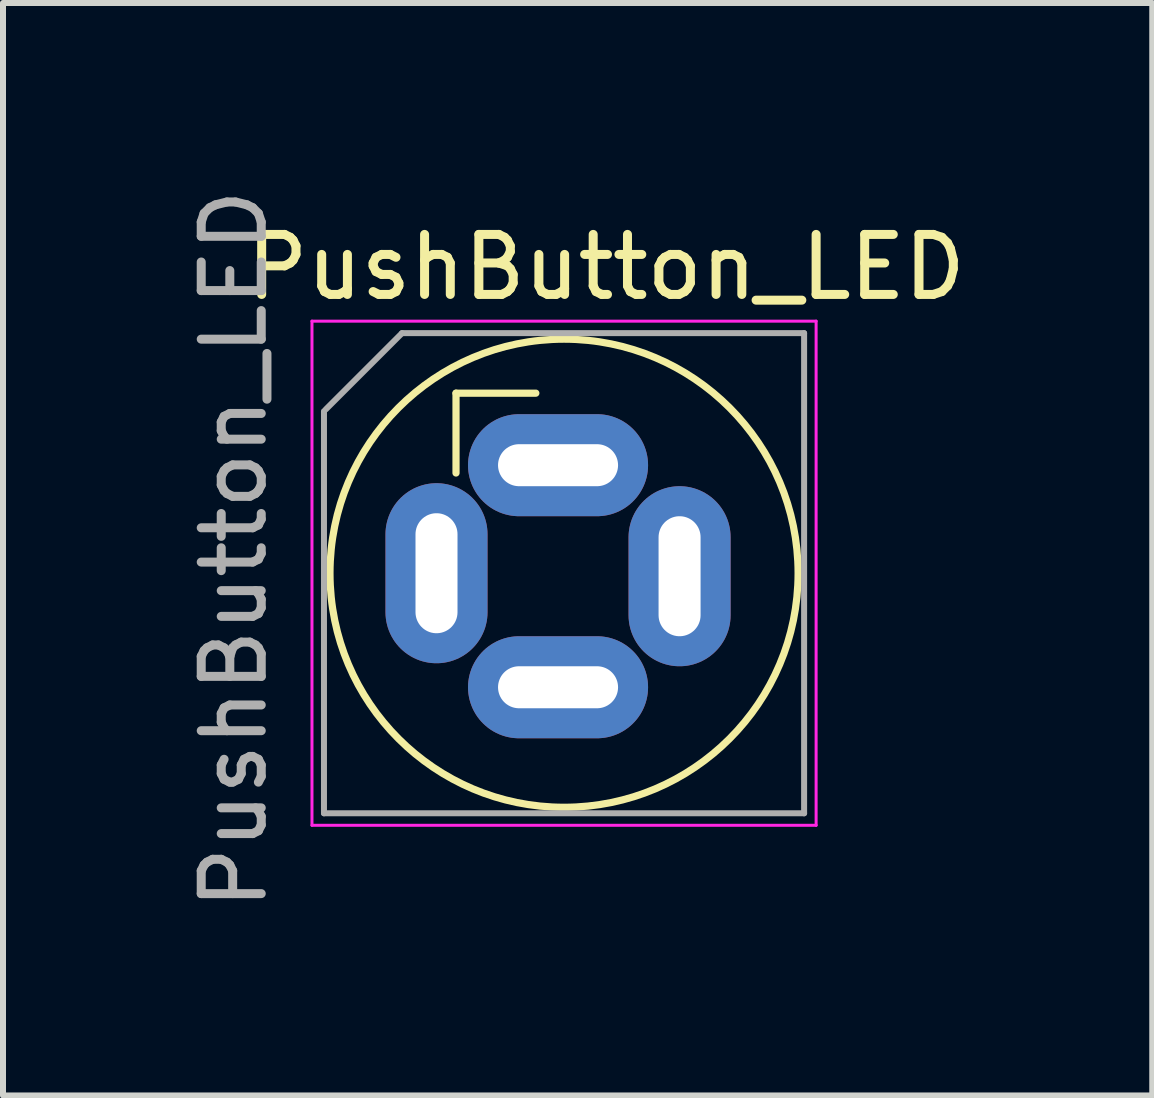
<source format=kicad_pcb>
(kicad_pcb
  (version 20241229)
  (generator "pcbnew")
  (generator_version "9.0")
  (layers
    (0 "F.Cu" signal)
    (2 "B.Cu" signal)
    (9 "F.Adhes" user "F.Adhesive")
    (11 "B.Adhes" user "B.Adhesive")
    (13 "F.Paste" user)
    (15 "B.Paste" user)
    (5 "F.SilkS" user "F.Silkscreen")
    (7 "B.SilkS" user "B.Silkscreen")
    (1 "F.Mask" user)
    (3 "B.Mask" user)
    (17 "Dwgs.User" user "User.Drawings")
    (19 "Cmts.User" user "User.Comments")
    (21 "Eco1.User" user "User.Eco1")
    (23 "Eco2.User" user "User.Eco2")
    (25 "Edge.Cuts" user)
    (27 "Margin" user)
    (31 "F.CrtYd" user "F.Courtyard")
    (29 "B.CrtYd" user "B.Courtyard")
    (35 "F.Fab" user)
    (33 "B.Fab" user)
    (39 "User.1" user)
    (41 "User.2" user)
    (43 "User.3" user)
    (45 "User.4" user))
  (footprint "PushButton_LED"
    (layer "F.Cu")
    (at 6.248 4.701)
    (property "Reference" "PushButton_LED" (at 0.8 -3.3 0) (layer "F.SilkS") (effects (font (size 1 1) (thickness 0.15))))
    (attr through_hole)
    (fp_line (start -1.7 -1.2) (end -0.37 -1.2) (stroke (width 0.12) (type solid)) (layer "F.SilkS"))
    (fp_line (start -1.7 0.13) (end -1.7 -1.2) (stroke (width 0.12) (type solid)) (layer "F.SilkS"))
    (fp_circle (center 0.1 1.8) (end 4 1.8) (stroke (width 0.12) (type solid)) (fill no) (layer "F.SilkS"))
    (fp_line (start -4.1 -2.4) (end -4.1 6) (stroke (width 0.05) (type solid)) (layer "F.CrtYd"))
    (fp_line (start -4.1 6) (end 4.3 6) (stroke (width 0.05) (type solid)) (layer "F.CrtYd"))
    (fp_line (start 4.3 -2.4) (end -4.1 -2.4) (stroke (width 0.05) (type solid)) (layer "F.CrtYd"))
    (fp_line (start 4.3 6) (end 4.3 -2.4) (stroke (width 0.05) (type solid)) (layer "F.CrtYd"))
    (fp_line (start -3.9 5.8) (end -3.9 -0.9) (stroke (width 0.1) (type solid)) (layer "F.Fab"))
    (fp_line (start -3.87 -0.93) (end -2.6 -2.2) (stroke (width 0.1) (type solid)) (layer "F.Fab"))
    (fp_line (start -2.6 -2.2) (end 4.1 -2.2) (stroke (width 0.1) (type solid)) (layer "F.Fab"))
    (fp_line (start 4.1 -2.2) (end 4.1 5.8) (stroke (width 0.1) (type solid)) (layer "F.Fab"))
    (fp_line (start 4.1 5.8) (end -3.9 5.8) (stroke (width 0.1) (type solid)) (layer "F.Fab"))
    (fp_text user "${REFERENCE}" (at -5.4 1.4 90) (layer "F.Fab") (effects (font (size 1 1) (thickness 0.15))))
    (pad "1" thru_hole oval (at 0 0) (size 3 1.7) (drill oval 2 0.7) (layers "*.Cu" "*.Mask"))
    (pad "2" thru_hole oval (at 0 3.7) (size 3 1.7) (drill oval 2 0.7) (layers "*.Cu" "*.Mask"))
    (pad "3" thru_hole oval (at -2.025 1.8) (size 1.7 3) (drill oval 0.7 2) (layers "*.Cu" "*.Mask"))
    (pad "4" thru_hole oval (at 2.025 1.85) (size 1.7 3) (drill oval 0.7 2) (layers "*.Cu" "*.Mask")))
  (gr_rect
    (start -3 -3)
    (end 16.149 15.202)
    (stroke (width 0.1) (type default))
    (fill no)
    (layer "Edge.Cuts")))
</source>
